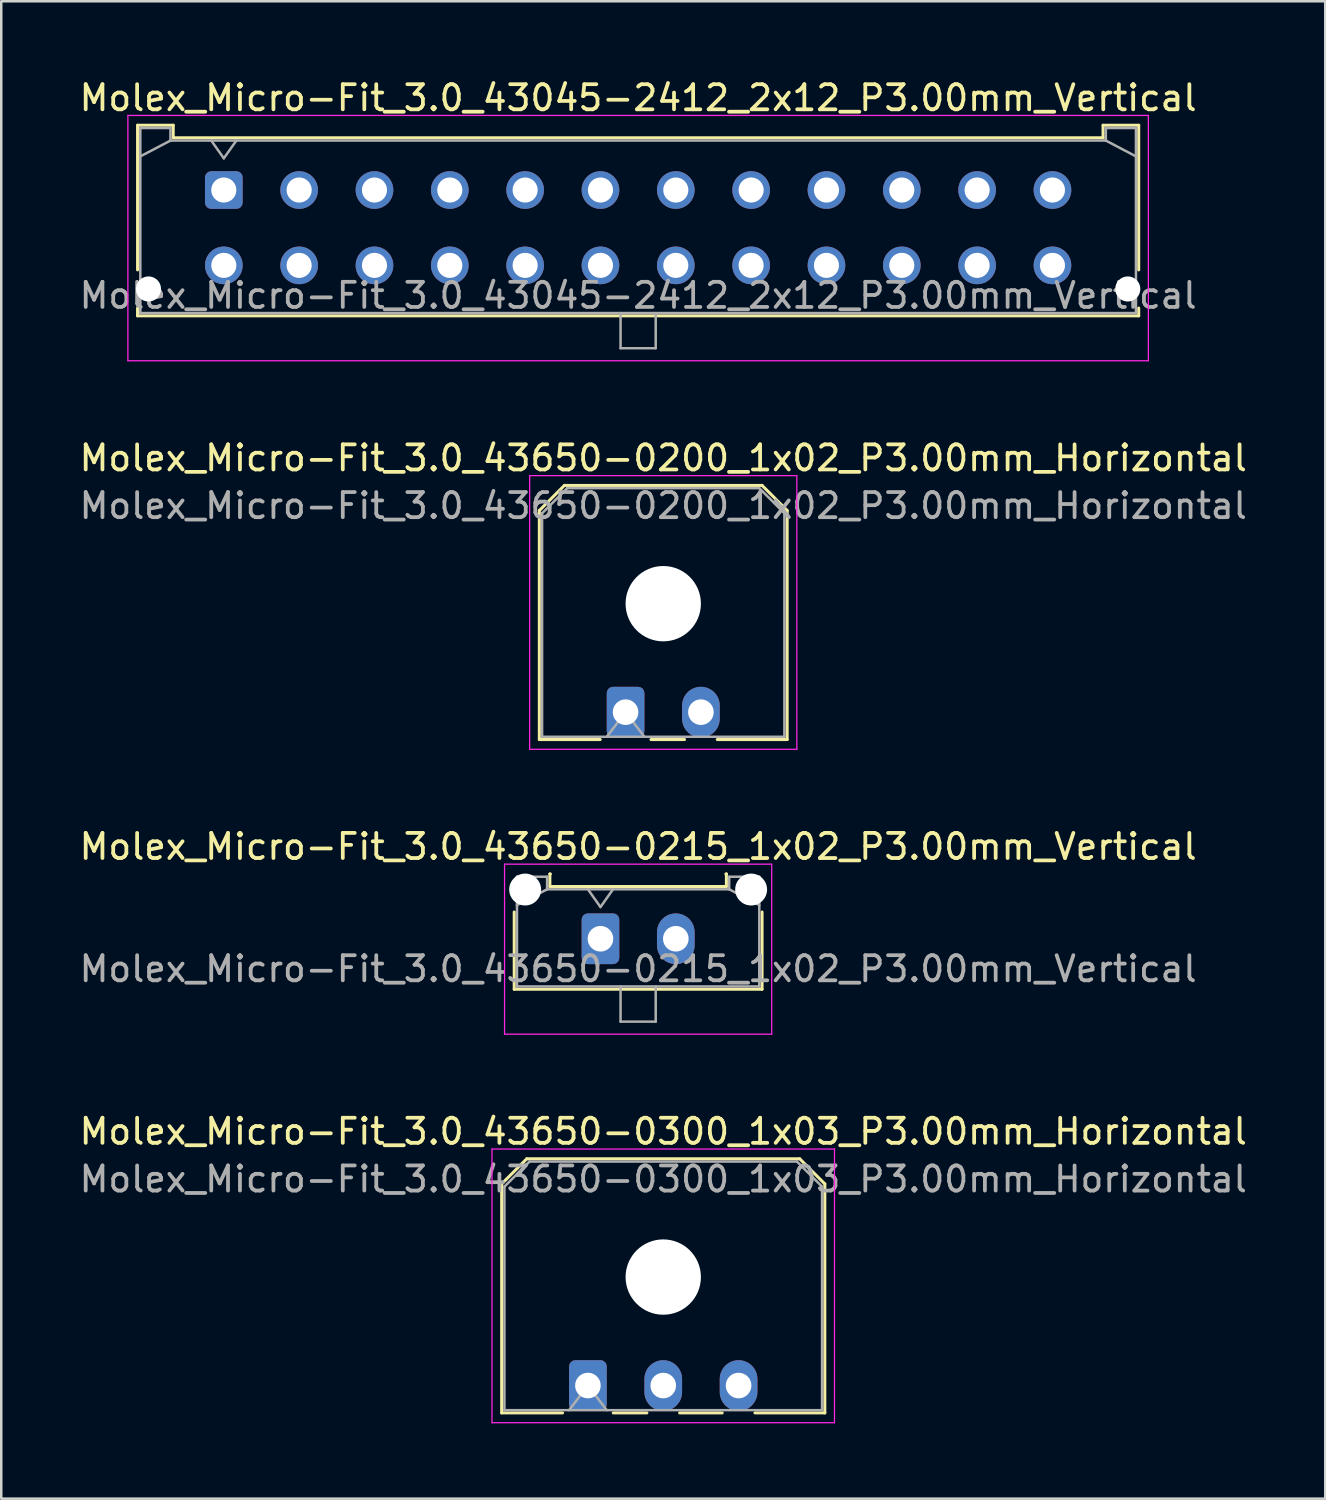
<source format=kicad_pcb>
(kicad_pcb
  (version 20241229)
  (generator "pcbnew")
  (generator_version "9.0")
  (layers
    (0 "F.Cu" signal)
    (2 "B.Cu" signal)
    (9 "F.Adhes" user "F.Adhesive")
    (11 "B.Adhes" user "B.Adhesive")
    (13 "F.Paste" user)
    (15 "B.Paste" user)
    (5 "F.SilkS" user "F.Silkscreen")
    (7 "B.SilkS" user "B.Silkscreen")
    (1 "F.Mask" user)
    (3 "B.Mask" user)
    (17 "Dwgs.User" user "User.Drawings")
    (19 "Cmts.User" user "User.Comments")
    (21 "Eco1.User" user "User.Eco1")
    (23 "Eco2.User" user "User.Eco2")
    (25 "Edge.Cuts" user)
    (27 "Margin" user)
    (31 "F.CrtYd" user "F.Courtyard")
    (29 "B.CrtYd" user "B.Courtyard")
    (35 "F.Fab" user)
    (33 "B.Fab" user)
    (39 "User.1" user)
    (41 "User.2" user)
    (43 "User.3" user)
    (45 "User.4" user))
  (footprint "Molex_Micro-Fit_3.0_43650-0200_1x02_P3.00mm_Horizontal"
    (layer "F.Cu")
    (at 21.863 25.311)
    (property "Reference" "Molex_Micro-Fit_3.0_43650-0200_1x02_P3.00mm_Horizontal" (at 1.5 -10.12 0) (layer "F.SilkS") (effects (font (size 1 1) (thickness 0.15))))
    (attr through_hole)
    (fp_line (start -3.435 -8.03) (end -2.435 -9.03) (stroke (width 0.12) (type solid)) (layer "F.SilkS"))
    (fp_line (start -3.435 1.09) (end -3.435 -8.03) (stroke (width 0.12) (type solid)) (layer "F.SilkS"))
    (fp_line (start -3.435 1.09) (end -1.01 1.09) (stroke (width 0.12) (type solid)) (layer "F.SilkS"))
    (fp_line (start -2.435 -9.03) (end 5.435 -9.03) (stroke (width 0.12) (type solid)) (layer "F.SilkS"))
    (fp_line (start 1.01 1.09) (end 2.348 1.09) (stroke (width 0.12) (type solid)) (layer "F.SilkS"))
    (fp_line (start 5.435 -9.03) (end 6.435 -8.03) (stroke (width 0.12) (type solid)) (layer "F.SilkS"))
    (fp_line (start 6.435 -8.03) (end 6.435 1.09) (stroke (width 0.12) (type solid)) (layer "F.SilkS"))
    (fp_line (start 6.435 1.09) (end 3.652 1.09) (stroke (width 0.12) (type solid)) (layer "F.SilkS"))
    (fp_line (start -3.82 -9.42) (end 6.82 -9.42) (stroke (width 0.05) (type solid)) (layer "F.CrtYd"))
    (fp_line (start -3.82 1.48) (end -3.82 -9.42) (stroke (width 0.05) (type solid)) (layer "F.CrtYd"))
    (fp_line (start 6.82 -9.42) (end 6.82 1.48) (stroke (width 0.05) (type solid)) (layer "F.CrtYd"))
    (fp_line (start 6.82 1.48) (end -3.82 1.48) (stroke (width 0.05) (type solid)) (layer "F.CrtYd"))
    (fp_line (start -3.325 -7.92) (end -2.325 -8.92) (stroke (width 0.1) (type solid)) (layer "F.Fab"))
    (fp_line (start -3.325 0.98) (end -3.325 -7.92) (stroke (width 0.1) (type solid)) (layer "F.Fab"))
    (fp_line (start -2.325 -8.92) (end 5.325 -8.92) (stroke (width 0.1) (type solid)) (layer "F.Fab"))
    (fp_line (start -0.75 0.98) (end 0 0) (stroke (width 0.1) (type solid)) (layer "F.Fab"))
    (fp_line (start 0 0) (end 0.75 0.98) (stroke (width 0.1) (type solid)) (layer "F.Fab"))
    (fp_line (start 5.325 -8.92) (end 6.325 -7.92) (stroke (width 0.1) (type solid)) (layer "F.Fab"))
    (fp_line (start 6.325 -7.92) (end 6.325 0.98) (stroke (width 0.1) (type solid)) (layer "F.Fab"))
    (fp_line (start 6.325 0.98) (end -3.325 0.98) (stroke (width 0.1) (type solid)) (layer "F.Fab"))
    (fp_text user "${REFERENCE}" (at 1.5 -8.22 0) (layer "F.Fab") (effects (font (size 1 1) (thickness 0.15))))
    (pad "" np_thru_hole circle (at 1.5 -4.32) (size 3 3) (drill 3) (layers "*.Cu" "*.Mask"))
    (pad "1" thru_hole roundrect (at 0 0) (size 1.5 2.02) (drill 1.02) (layers "*.Cu" "*.Mask") (roundrect_rratio 0.167))
    (pad "2" thru_hole oval (at 3 0) (size 1.5 2.02) (drill 1.02) (layers "*.Cu" "*.Mask")))
  (footprint "Molex_Micro-Fit_3.0_43045-2412_2x12_P3.00mm_Vertical"
    (layer "F.Cu")
    (at 5.863 4.518)
    (property "Reference" "Molex_Micro-Fit_3.0_43045-2412_2x12_P3.00mm_Vertical" (at 16.5 -3.67 0) (layer "F.SilkS") (effects (font (size 1 1) (thickness 0.15))))
    (attr through_hole)
    (fp_line (start -3.435 -2.58) (end -2.015 -2.58) (stroke (width 0.12) (type solid)) (layer "F.SilkS"))
    (fp_line (start -3.435 3.18) (end -3.435 -2.58) (stroke (width 0.12) (type solid)) (layer "F.SilkS"))
    (fp_line (start -3.435 4.7) (end -3.435 5.01) (stroke (width 0.12) (type solid)) (layer "F.SilkS"))
    (fp_line (start -3.435 5.01) (end 36.435 5.01) (stroke (width 0.12) (type solid)) (layer "F.SilkS"))
    (fp_line (start -2.015 -2.58) (end -2.015 -2.08) (stroke (width 0.12) (type solid)) (layer "F.SilkS"))
    (fp_line (start -2.015 -2.08) (end 35.015 -2.08) (stroke (width 0.12) (type solid)) (layer "F.SilkS"))
    (fp_line (start 35.015 -2.58) (end 36.435 -2.58) (stroke (width 0.12) (type solid)) (layer "F.SilkS"))
    (fp_line (start 35.015 -2.08) (end 35.015 -2.58) (stroke (width 0.12) (type solid)) (layer "F.SilkS"))
    (fp_line (start 36.435 -2.58) (end 36.435 3.18) (stroke (width 0.12) (type solid)) (layer "F.SilkS"))
    (fp_line (start 36.435 5.01) (end 36.435 4.7) (stroke (width 0.12) (type solid)) (layer "F.SilkS"))
    (fp_line (start -3.82 -2.97) (end 36.82 -2.97) (stroke (width 0.05) (type solid)) (layer "F.CrtYd"))
    (fp_line (start -3.82 6.8) (end -3.82 -2.97) (stroke (width 0.05) (type solid)) (layer "F.CrtYd"))
    (fp_line (start 36.82 -2.97) (end 36.82 6.8) (stroke (width 0.05) (type solid)) (layer "F.CrtYd"))
    (fp_line (start 36.82 6.8) (end -3.82 6.8) (stroke (width 0.05) (type solid)) (layer "F.CrtYd"))
    (fp_line (start -3.325 -2.47) (end -3.325 4.9) (stroke (width 0.1) (type solid)) (layer "F.Fab"))
    (fp_line (start -3.325 -1.34) (end -2.125 -1.97) (stroke (width 0.1) (type solid)) (layer "F.Fab"))
    (fp_line (start -3.325 4.9) (end 36.325 4.9) (stroke (width 0.1) (type solid)) (layer "F.Fab"))
    (fp_line (start -2.125 -2.47) (end -3.325 -2.47) (stroke (width 0.1) (type solid)) (layer "F.Fab"))
    (fp_line (start -2.125 -1.97) (end -2.125 -2.47) (stroke (width 0.1) (type solid)) (layer "F.Fab"))
    (fp_line (start -0.5 -1.97) (end 0 -1.263) (stroke (width 0.1) (type solid)) (layer "F.Fab"))
    (fp_line (start 0 -1.263) (end 0.5 -1.97) (stroke (width 0.1) (type solid)) (layer "F.Fab"))
    (fp_line (start 15.8 4.9) (end 15.8 6.3) (stroke (width 0.1) (type solid)) (layer "F.Fab"))
    (fp_line (start 15.8 6.3) (end 17.2 6.3) (stroke (width 0.1) (type solid)) (layer "F.Fab"))
    (fp_line (start 17.2 6.3) (end 17.2 4.9) (stroke (width 0.1) (type solid)) (layer "F.Fab"))
    (fp_line (start 35.125 -2.47) (end 35.125 -1.97) (stroke (width 0.1) (type solid)) (layer "F.Fab"))
    (fp_line (start 35.125 -1.97) (end -2.125 -1.97) (stroke (width 0.1) (type solid)) (layer "F.Fab"))
    (fp_line (start 36.325 -2.47) (end 35.125 -2.47) (stroke (width 0.1) (type solid)) (layer "F.Fab"))
    (fp_line (start 36.325 -1.34) (end 35.125 -1.97) (stroke (width 0.1) (type solid)) (layer "F.Fab"))
    (fp_line (start 36.325 4.9) (end 36.325 -2.47) (stroke (width 0.1) (type solid)) (layer "F.Fab"))
    (fp_text user "${REFERENCE}" (at 16.5 4.2 0) (layer "F.Fab") (effects (font (size 1 1) (thickness 0.15))))
    (pad "" np_thru_hole circle (at -3 3.94) (size 1 1) (drill 1) (layers "*.Cu" "*.Mask"))
    (pad "" np_thru_hole circle (at 36 3.94) (size 1 1) (drill 1) (layers "*.Cu" "*.Mask"))
    (pad "1" thru_hole roundrect (at 0 0) (size 1.5 1.5) (drill 1) (layers "*.Cu" "*.Mask") (roundrect_rratio 0.167))
    (pad "2" thru_hole circle (at 3 0) (size 1.5 1.5) (drill 1) (layers "*.Cu" "*.Mask"))
    (pad "3" thru_hole circle (at 6 0) (size 1.5 1.5) (drill 1) (layers "*.Cu" "*.Mask"))
    (pad "4" thru_hole circle (at 9 0) (size 1.5 1.5) (drill 1) (layers "*.Cu" "*.Mask"))
    (pad "5" thru_hole circle (at 12 0) (size 1.5 1.5) (drill 1) (layers "*.Cu" "*.Mask"))
    (pad "6" thru_hole circle (at 15 0) (size 1.5 1.5) (drill 1) (layers "*.Cu" "*.Mask"))
    (pad "7" thru_hole circle (at 18 0) (size 1.5 1.5) (drill 1) (layers "*.Cu" "*.Mask"))
    (pad "8" thru_hole circle (at 21 0) (size 1.5 1.5) (drill 1) (layers "*.Cu" "*.Mask"))
    (pad "9" thru_hole circle (at 24 0) (size 1.5 1.5) (drill 1) (layers "*.Cu" "*.Mask"))
    (pad "10" thru_hole circle (at 27 0) (size 1.5 1.5) (drill 1) (layers "*.Cu" "*.Mask"))
    (pad "11" thru_hole circle (at 30 0) (size 1.5 1.5) (drill 1) (layers "*.Cu" "*.Mask"))
    (pad "12" thru_hole circle (at 33 0) (size 1.5 1.5) (drill 1) (layers "*.Cu" "*.Mask"))
    (pad "13" thru_hole circle (at 0 3) (size 1.5 1.5) (drill 1) (layers "*.Cu" "*.Mask"))
    (pad "14" thru_hole circle (at 3 3) (size 1.5 1.5) (drill 1) (layers "*.Cu" "*.Mask"))
    (pad "15" thru_hole circle (at 6 3) (size 1.5 1.5) (drill 1) (layers "*.Cu" "*.Mask"))
    (pad "16" thru_hole circle (at 9 3) (size 1.5 1.5) (drill 1) (layers "*.Cu" "*.Mask"))
    (pad "17" thru_hole circle (at 12 3) (size 1.5 1.5) (drill 1) (layers "*.Cu" "*.Mask"))
    (pad "18" thru_hole circle (at 15 3) (size 1.5 1.5) (drill 1) (layers "*.Cu" "*.Mask"))
    (pad "19" thru_hole circle (at 18 3) (size 1.5 1.5) (drill 1) (layers "*.Cu" "*.Mask"))
    (pad "20" thru_hole circle (at 21 3) (size 1.5 1.5) (drill 1) (layers "*.Cu" "*.Mask"))
    (pad "21" thru_hole circle (at 24 3) (size 1.5 1.5) (drill 1) (layers "*.Cu" "*.Mask"))
    (pad "22" thru_hole circle (at 27 3) (size 1.5 1.5) (drill 1) (layers "*.Cu" "*.Mask"))
    (pad "23" thru_hole circle (at 30 3) (size 1.5 1.5) (drill 1) (layers "*.Cu" "*.Mask"))
    (pad "24" thru_hole circle (at 33 3) (size 1.5 1.5) (drill 1) (layers "*.Cu" "*.Mask")))
  (footprint "Molex_Micro-Fit_3.0_43650-0215_1x02_P3.00mm_Vertical"
    (layer "F.Cu")
    (at 20.863 34.335)
    (property "Reference" "Molex_Micro-Fit_3.0_43650-0215_1x02_P3.00mm_Vertical" (at 1.5 -3.67 0) (layer "F.SilkS") (effects (font (size 1 1) (thickness 0.15))))
    (attr through_hole)
    (fp_line (start -3.435 -1.065) (end -3.435 2.01) (stroke (width 0.12) (type solid)) (layer "F.SilkS"))
    (fp_line (start -3.435 2.01) (end 6.435 2.01) (stroke (width 0.12) (type solid)) (layer "F.SilkS"))
    (fp_line (start -2.015 -2.58) (end -2.015 -2.08) (stroke (width 0.12) (type solid)) (layer "F.SilkS"))
    (fp_line (start -2.015 -2.08) (end 5.015 -2.08) (stroke (width 0.12) (type solid)) (layer "F.SilkS"))
    (fp_line (start -1.995 -2.58) (end -2.015 -2.58) (stroke (width 0.12) (type solid)) (layer "F.SilkS"))
    (fp_line (start 5.015 -2.58) (end 4.995 -2.58) (stroke (width 0.12) (type solid)) (layer "F.SilkS"))
    (fp_line (start 5.015 -2.08) (end 5.015 -2.58) (stroke (width 0.12) (type solid)) (layer "F.SilkS"))
    (fp_line (start 6.435 2.01) (end 6.435 -1.065) (stroke (width 0.12) (type solid)) (layer "F.SilkS"))
    (fp_line (start -3.82 -2.97) (end 6.82 -2.97) (stroke (width 0.05) (type solid)) (layer "F.CrtYd"))
    (fp_line (start -3.82 3.8) (end -3.82 -2.97) (stroke (width 0.05) (type solid)) (layer "F.CrtYd"))
    (fp_line (start 6.82 -2.97) (end 6.82 3.8) (stroke (width 0.05) (type solid)) (layer "F.CrtYd"))
    (fp_line (start 6.82 3.8) (end -3.82 3.8) (stroke (width 0.05) (type solid)) (layer "F.CrtYd"))
    (fp_line (start -3.325 -2.47) (end -3.325 1.9) (stroke (width 0.1) (type solid)) (layer "F.Fab"))
    (fp_line (start -3.325 -1.34) (end -2.125 -1.97) (stroke (width 0.1) (type solid)) (layer "F.Fab"))
    (fp_line (start -3.325 1.9) (end 6.325 1.9) (stroke (width 0.1) (type solid)) (layer "F.Fab"))
    (fp_line (start -2.125 -2.47) (end -3.325 -2.47) (stroke (width 0.1) (type solid)) (layer "F.Fab"))
    (fp_line (start -2.125 -1.97) (end -2.125 -2.47) (stroke (width 0.1) (type solid)) (layer "F.Fab"))
    (fp_line (start -0.5 -1.97) (end 0 -1.263) (stroke (width 0.1) (type solid)) (layer "F.Fab"))
    (fp_line (start 0 -1.263) (end 0.5 -1.97) (stroke (width 0.1) (type solid)) (layer "F.Fab"))
    (fp_line (start 0.8 1.9) (end 0.8 3.3) (stroke (width 0.1) (type solid)) (layer "F.Fab"))
    (fp_line (start 0.8 3.3) (end 2.2 3.3) (stroke (width 0.1) (type solid)) (layer "F.Fab"))
    (fp_line (start 2.2 3.3) (end 2.2 1.9) (stroke (width 0.1) (type solid)) (layer "F.Fab"))
    (fp_line (start 5.125 -2.47) (end 5.125 -1.97) (stroke (width 0.1) (type solid)) (layer "F.Fab"))
    (fp_line (start 5.125 -1.97) (end -2.125 -1.97) (stroke (width 0.1) (type solid)) (layer "F.Fab"))
    (fp_line (start 6.325 -2.47) (end 5.125 -2.47) (stroke (width 0.1) (type solid)) (layer "F.Fab"))
    (fp_line (start 6.325 -1.34) (end 5.125 -1.97) (stroke (width 0.1) (type solid)) (layer "F.Fab"))
    (fp_line (start 6.325 1.9) (end 6.325 -2.47) (stroke (width 0.1) (type solid)) (layer "F.Fab"))
    (fp_text user "${REFERENCE}" (at 1.5 1.2 0) (layer "F.Fab") (effects (font (size 1 1) (thickness 0.15))))
    (pad "" np_thru_hole circle (at -3 -1.96) (size 1.27 1.27) (drill 1.27) (layers "*.Cu" "*.Mask"))
    (pad "" np_thru_hole circle (at 6 -1.96) (size 1.27 1.27) (drill 1.27) (layers "*.Cu" "*.Mask"))
    (pad "1" thru_hole roundrect (at 0 0) (size 1.5 2.02) (drill 1.02) (layers "*.Cu" "*.Mask") (roundrect_rratio 0.167))
    (pad "2" thru_hole oval (at 3 0) (size 1.5 2.02) (drill 1.02) (layers "*.Cu" "*.Mask")))
  (footprint "Molex_Micro-Fit_3.0_43650-0300_1x03_P3.00mm_Horizontal"
    (layer "F.Cu")
    (at 20.363 52.128)
    (property "Reference" "Molex_Micro-Fit_3.0_43650-0300_1x03_P3.00mm_Horizontal" (at 3 -10.12 0) (layer "F.SilkS") (effects (font (size 1 1) (thickness 0.15))))
    (attr through_hole)
    (fp_line (start -3.435 -8.03) (end -2.435 -9.03) (stroke (width 0.12) (type solid)) (layer "F.SilkS"))
    (fp_line (start -3.435 1.09) (end -3.435 -8.03) (stroke (width 0.12) (type solid)) (layer "F.SilkS"))
    (fp_line (start -3.435 1.09) (end -1.01 1.09) (stroke (width 0.12) (type solid)) (layer "F.SilkS"))
    (fp_line (start -2.435 -9.03) (end 8.435 -9.03) (stroke (width 0.12) (type solid)) (layer "F.SilkS"))
    (fp_line (start 1.01 1.09) (end 2.348 1.09) (stroke (width 0.12) (type solid)) (layer "F.SilkS"))
    (fp_line (start 3.652 1.09) (end 5.348 1.09) (stroke (width 0.12) (type solid)) (layer "F.SilkS"))
    (fp_line (start 8.435 -9.03) (end 9.435 -8.03) (stroke (width 0.12) (type solid)) (layer "F.SilkS"))
    (fp_line (start 9.435 -8.03) (end 9.435 1.09) (stroke (width 0.12) (type solid)) (layer "F.SilkS"))
    (fp_line (start 9.435 1.09) (end 6.652 1.09) (stroke (width 0.12) (type solid)) (layer "F.SilkS"))
    (fp_line (start -3.82 -9.42) (end 9.82 -9.42) (stroke (width 0.05) (type solid)) (layer "F.CrtYd"))
    (fp_line (start -3.82 1.48) (end -3.82 -9.42) (stroke (width 0.05) (type solid)) (layer "F.CrtYd"))
    (fp_line (start 9.82 -9.42) (end 9.82 1.48) (stroke (width 0.05) (type solid)) (layer "F.CrtYd"))
    (fp_line (start 9.82 1.48) (end -3.82 1.48) (stroke (width 0.05) (type solid)) (layer "F.CrtYd"))
    (fp_line (start -3.325 -7.92) (end -2.325 -8.92) (stroke (width 0.1) (type solid)) (layer "F.Fab"))
    (fp_line (start -3.325 0.98) (end -3.325 -7.92) (stroke (width 0.1) (type solid)) (layer "F.Fab"))
    (fp_line (start -2.325 -8.92) (end 8.325 -8.92) (stroke (width 0.1) (type solid)) (layer "F.Fab"))
    (fp_line (start -0.75 0.98) (end 0 0) (stroke (width 0.1) (type solid)) (layer "F.Fab"))
    (fp_line (start 0 0) (end 0.75 0.98) (stroke (width 0.1) (type solid)) (layer "F.Fab"))
    (fp_line (start 8.325 -8.92) (end 9.325 -7.92) (stroke (width 0.1) (type solid)) (layer "F.Fab"))
    (fp_line (start 9.325 -7.92) (end 9.325 0.98) (stroke (width 0.1) (type solid)) (layer "F.Fab"))
    (fp_line (start 9.325 0.98) (end -3.325 0.98) (stroke (width 0.1) (type solid)) (layer "F.Fab"))
    (fp_text user "${REFERENCE}" (at 3 -8.22 0) (layer "F.Fab") (effects (font (size 1 1) (thickness 0.15))))
    (pad "" np_thru_hole circle (at 3 -4.32) (size 3 3) (drill 3) (layers "*.Cu" "*.Mask"))
    (pad "1" thru_hole roundrect (at 0 0) (size 1.5 2.02) (drill 1.02) (layers "*.Cu" "*.Mask") (roundrect_rratio 0.167))
    (pad "2" thru_hole oval (at 3 0) (size 1.5 2.02) (drill 1.02) (layers "*.Cu" "*.Mask"))
    (pad "3" thru_hole oval (at 6 0) (size 1.5 2.02) (drill 1.02) (layers "*.Cu" "*.Mask")))
  (gr_rect
    (start -3 -3)
    (end 49.726 56.633)
    (stroke (width 0.1) (type default))
    (fill no)
    (layer "Edge.Cuts")))
</source>
